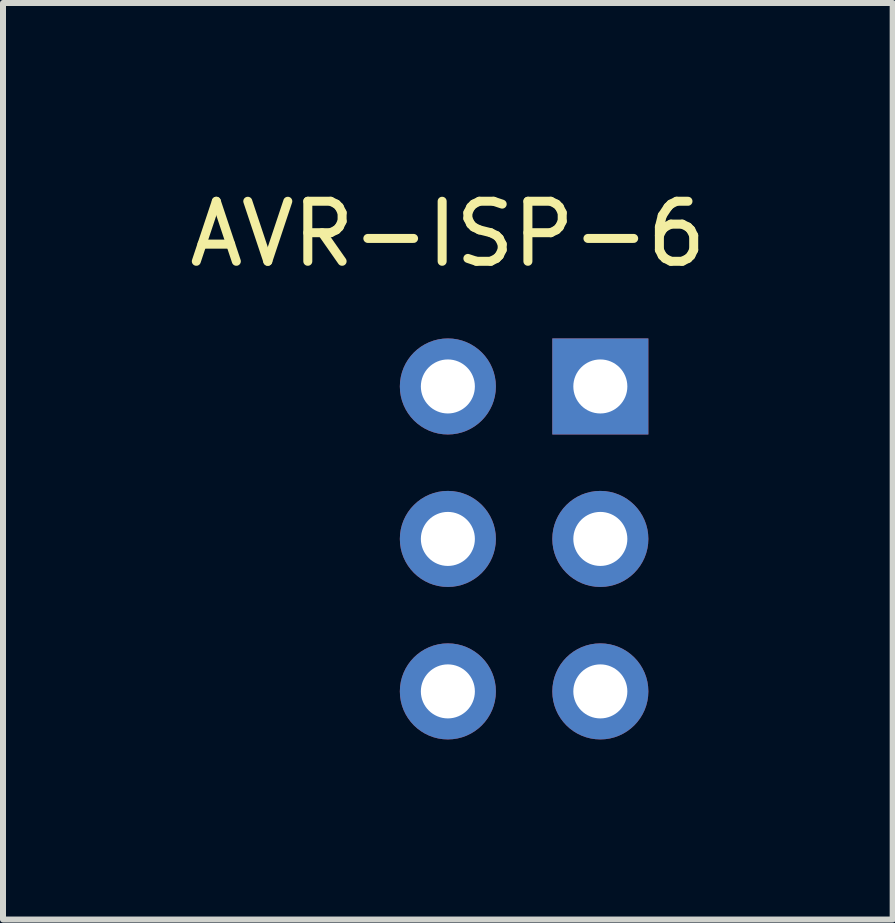
<source format=kicad_pcb>
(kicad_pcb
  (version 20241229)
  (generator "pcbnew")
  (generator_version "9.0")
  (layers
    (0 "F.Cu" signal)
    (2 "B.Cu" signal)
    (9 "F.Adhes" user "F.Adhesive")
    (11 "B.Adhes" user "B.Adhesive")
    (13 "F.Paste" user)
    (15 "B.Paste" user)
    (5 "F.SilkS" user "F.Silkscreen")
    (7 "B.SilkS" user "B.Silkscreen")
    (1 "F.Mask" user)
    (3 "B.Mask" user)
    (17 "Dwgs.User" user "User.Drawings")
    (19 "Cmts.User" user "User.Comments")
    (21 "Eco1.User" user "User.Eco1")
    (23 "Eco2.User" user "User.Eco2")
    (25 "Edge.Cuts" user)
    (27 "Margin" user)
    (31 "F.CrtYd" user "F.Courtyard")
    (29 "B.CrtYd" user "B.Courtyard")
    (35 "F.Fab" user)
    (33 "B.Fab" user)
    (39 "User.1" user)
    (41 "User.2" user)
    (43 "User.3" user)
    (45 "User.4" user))
  (footprint "AVR-ISP-6"
    (layer "F.Cu")
    (at 4.411 3.388)
    (property "Reference" "AVR-ISP-6" (at 0 -2.54 0) (layer "F.SilkS") (effects (font (size 1 1) (thickness 0.15))))
    (attr through_hole)
    (pad "1" thru_hole oval (at 0 0) (size 1.6 1.6) (drill 0.9) (layers "*.Cu" "*.Mask"))
    (pad "2" thru_hole rect (at 2.54 0) (size 1.6 1.6) (drill 0.9) (layers "*.Cu" "*.Mask"))
    (pad "3" thru_hole oval (at 0 2.54) (size 1.6 1.6) (drill 0.9) (layers "*.Cu" "*.Mask"))
    (pad "4" thru_hole oval (at 2.54 2.54) (size 1.6 1.6) (drill 0.9) (layers "*.Cu" "*.Mask"))
    (pad "5" thru_hole oval (at 0 5.08) (size 1.6 1.6) (drill 0.9) (layers "*.Cu" "*.Mask"))
    (pad "6" thru_hole oval (at 2.54 5.08) (size 1.6 1.6) (drill 0.9) (layers "*.Cu" "*.Mask")))
  (gr_rect
    (start -3 -3)
    (end 11.821 12.268)
    (stroke (width 0.1) (type default))
    (fill no)
    (layer "Edge.Cuts")))
</source>
